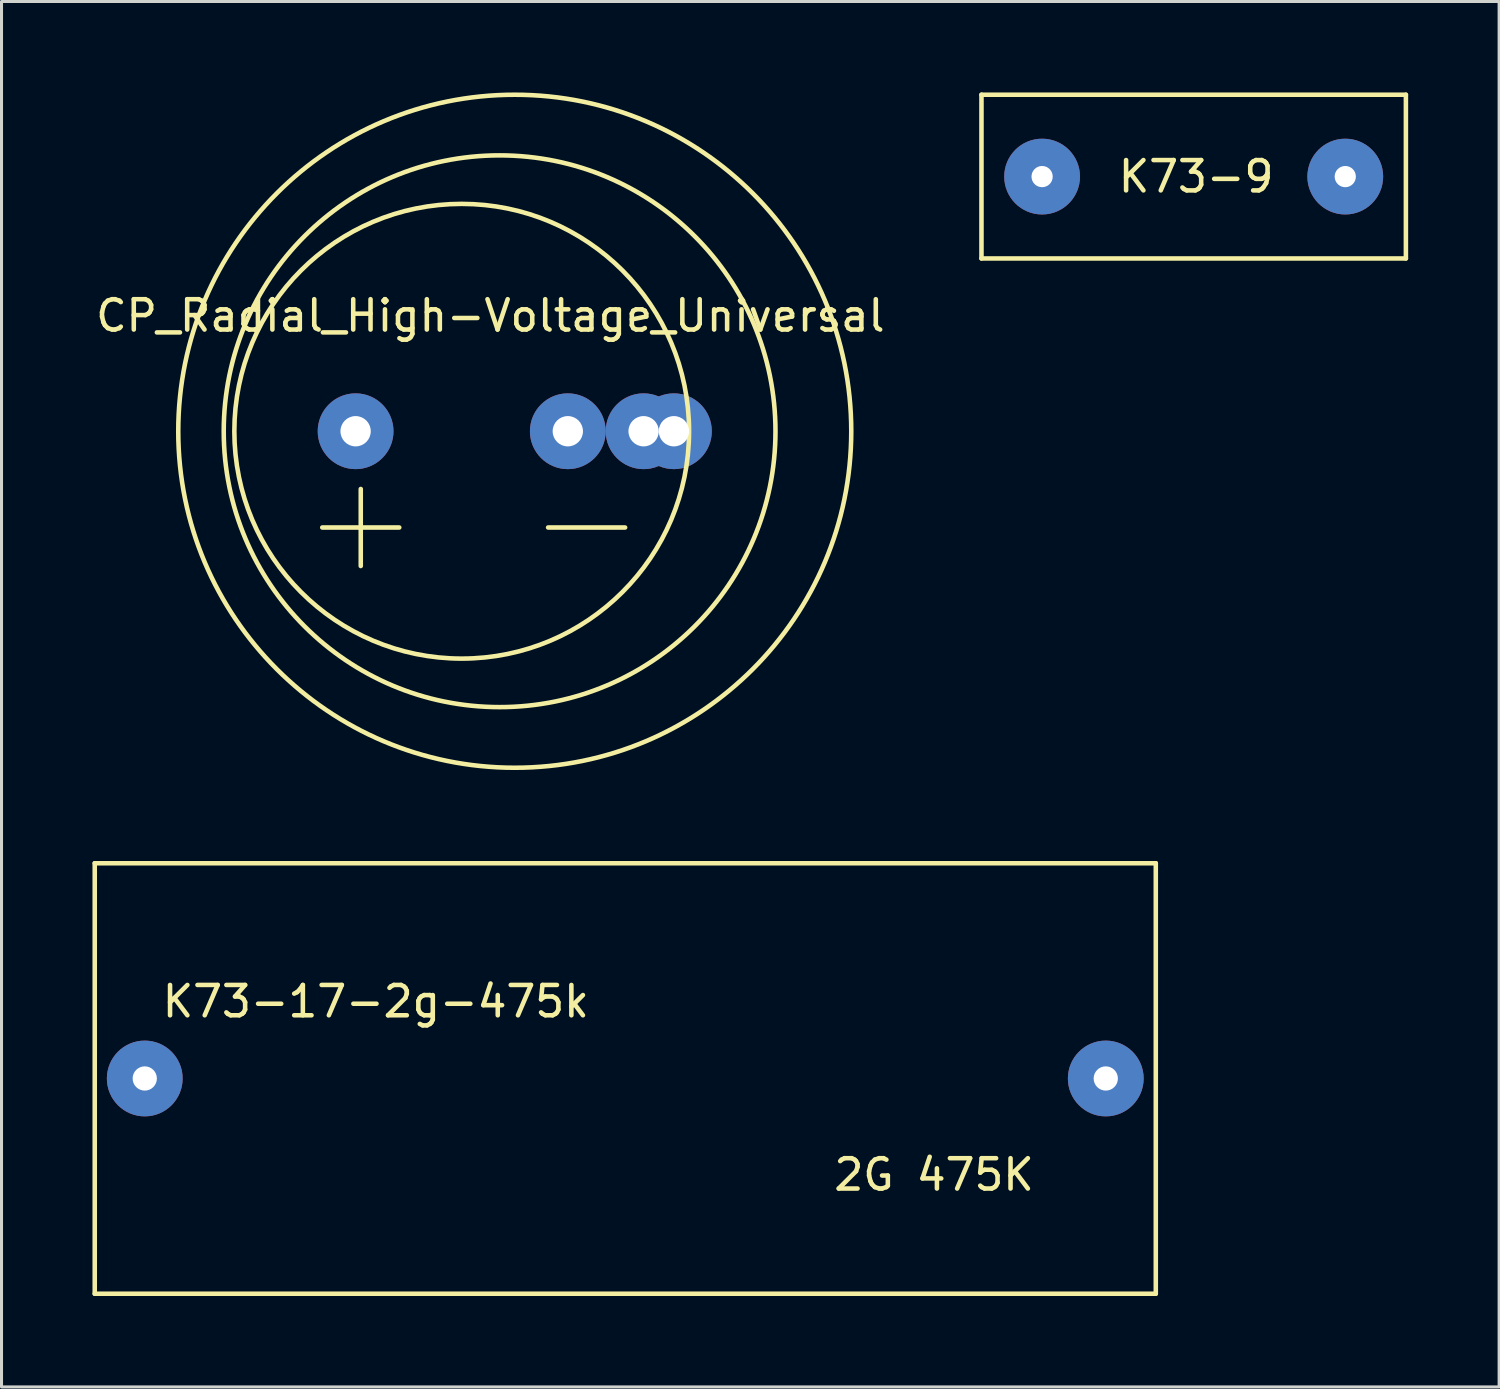
<source format=kicad_pcb>
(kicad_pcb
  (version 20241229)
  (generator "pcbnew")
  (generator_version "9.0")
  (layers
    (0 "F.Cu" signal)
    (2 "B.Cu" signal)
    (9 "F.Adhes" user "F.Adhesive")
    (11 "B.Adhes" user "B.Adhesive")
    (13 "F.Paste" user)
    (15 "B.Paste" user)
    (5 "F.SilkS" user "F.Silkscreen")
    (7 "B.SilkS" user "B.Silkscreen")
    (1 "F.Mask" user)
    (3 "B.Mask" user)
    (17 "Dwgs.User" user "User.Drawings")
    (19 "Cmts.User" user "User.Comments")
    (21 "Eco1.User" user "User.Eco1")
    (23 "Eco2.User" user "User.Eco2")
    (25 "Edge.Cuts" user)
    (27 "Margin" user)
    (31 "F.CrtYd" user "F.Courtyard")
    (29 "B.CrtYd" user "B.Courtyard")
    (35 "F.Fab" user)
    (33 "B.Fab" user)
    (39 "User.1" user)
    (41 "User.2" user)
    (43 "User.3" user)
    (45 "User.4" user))
  (footprint "K73-17-2g-475k"
    (layer "F.Cu")
    (at 1.725 32.525)
    (property "Reference" "K73-17-2g-475k" (at 7.62 -2.54 0) (layer "F.SilkS") (effects (font (size 1 1) (thickness 0.15))))
    (attr through_hole)
    (fp_line (start -1.65 -7.1) (end 33.35 -7.1) (stroke (width 0.15) (type solid)) (layer "F.SilkS"))
    (fp_line (start -1.65 7.1) (end -1.65 -7.1) (stroke (width 0.15) (type solid)) (layer "F.SilkS"))
    (fp_line (start 33.35 -7.1) (end 33.35 7.1) (stroke (width 0.15) (type solid)) (layer "F.SilkS"))
    (fp_line (start 33.35 7.1) (end -1.65 7.1) (stroke (width 0.15) (type solid)) (layer "F.SilkS"))
    (fp_text user "2G 475K" (at 26.035 3.175 0) (layer "F.SilkS") (effects (font (size 1 1) (thickness 0.15))))
    (pad "1" thru_hole circle (at 0 0) (size 2.5 2.5) (drill 0.8) (layers "B.Cu" "B.Mask"))
    (pad "2" thru_hole circle (at 31.7 0) (size 2.5 2.5) (drill 0.8) (layers "B.Cu" "B.Mask")))
  (footprint "K73-9"
    (layer "F.Cu")
    (at 31.325 2.775)
    (property "Reference" "K73-9" (at 5.08 0 0) (layer "F.SilkS") (effects (font (size 1 1) (thickness 0.15))))
    (attr through_hole)
    (fp_line (start -2 -2.7) (end 12 -2.7) (stroke (width 0.15) (type solid)) (layer "F.SilkS"))
    (fp_line (start -2 2.7) (end -2 -2.7) (stroke (width 0.15) (type solid)) (layer "F.SilkS"))
    (fp_line (start 12 -2.7) (end 12 2.7) (stroke (width 0.15) (type solid)) (layer "F.SilkS"))
    (fp_line (start 12 2.7) (end -2 2.7) (stroke (width 0.15) (type solid)) (layer "F.SilkS"))
    (pad "1" thru_hole circle (at 0 0) (size 2.5 2.5) (drill 0.7) (layers "B.Cu" "B.Mask"))
    (pad "2" thru_hole circle (at 10 0) (size 2.5 2.5) (drill 0.7) (layers "B.Cu" "B.Mask")))
  (footprint "CP_Radial_High-Voltage_Universal"
    (layer "F.Cu")
    (at 8.68 11.175)
    (property "Reference" "CP_Radial_High-Voltage_Universal" (at 4.445 -3.81 0) (layer "F.SilkS") (effects (font (size 1 1) (thickness 0.15))))
    (attr through_hole)
    (fp_line (start -1.1 3.175) (end 1.44 3.175) (stroke (width 0.15) (type solid)) (layer "F.SilkS"))
    (fp_line (start 0.17 4.445) (end 0.17 1.905) (stroke (width 0.15) (type solid)) (layer "F.SilkS"))
    (fp_line (start 6.35 3.175) (end 8.89 3.175) (stroke (width 0.15) (type solid)) (layer "F.SilkS"))
    (fp_circle (center 3.5 0) (end 11 0) (stroke (width 0.15) (type solid)) (fill no) (layer "F.SilkS"))
    (fp_circle (center 4.75 0) (end 13.85 0) (stroke (width 0.15) (type solid)) (fill no) (layer "F.SilkS"))
    (fp_circle (center 5.25 0) (end 16.35 0) (stroke (width 0.15) (type solid)) (fill no) (layer "F.SilkS"))
    (pad "1" thru_hole circle (at 0 0) (size 2.5 2.5) (drill 1) (layers "B.Cu" "B.Mask"))
    (pad "2" thru_hole circle (at 7 0) (size 2.5 2.5) (drill 1) (layers "B.Cu" "B.Mask"))
    (pad "2" thru_hole circle (at 9.5 0) (size 2.5 2.5) (drill 1) (layers "B.Cu" "B.Mask"))
    (pad "2" thru_hole circle (at 10.5 0) (size 2.5 2.5) (drill 1) (layers "B.Cu" "B.Mask")))
  (gr_rect
    (start -3 -3)
    (end 46.4 42.7)
    (stroke (width 0.1) (type default))
    (fill no)
    (layer "Edge.Cuts")))
</source>
